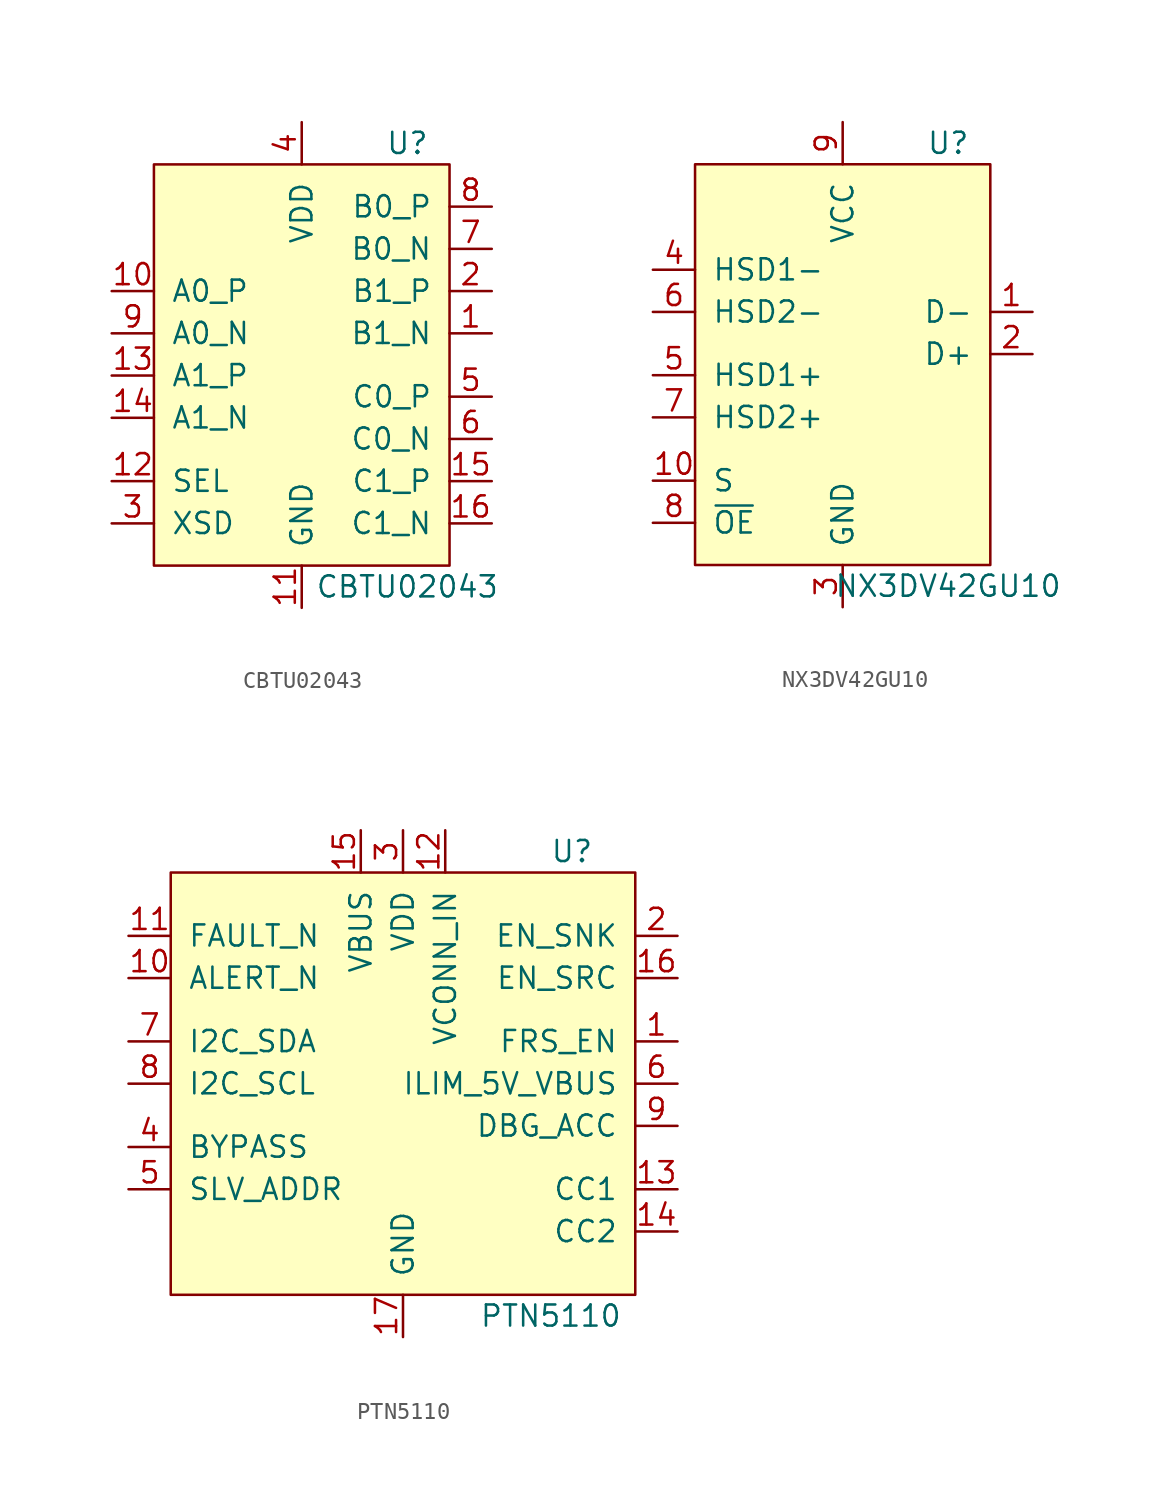
<source format=kicad_sym>
(kicad_symbol_lib
  (version 20201005)
  (generator kicad_symbol_editor)
  (symbol "CBTU02043"
    (pin_names
      (offset 1.016))
    (property "Reference" "U"
      (at 6.35 11.43 0)
      (effects (font (size 1.27 1.27))))
    (property "Value" "CBTU02043"
      (at 6.35 -15.24 0)
      (effects (font (size 1.27 1.27))))
    (symbol "CBTU02043_0_1"
      (rectangle (start -8.89 10.16) (end 8.89 -13.97) (stroke (width 0)) (fill (type background))))
    (symbol "CBTU02043_1_1"
      (pin bidirectional line (at 11.43 0 180) (length 2.54) (name "B1_N" (effects (font (size 1.27 1.27)))) (number "1" (effects (font (size 1.27 1.27)))))
      (pin bidirectional line (at -11.43 2.54 0) (length 2.54) (name "A0_P" (effects (font (size 1.27 1.27)))) (number "10" (effects (font (size 1.27 1.27)))))
      (pin power_in line (at 0 -16.51 90) (length 2.54) (name "GND" (effects (font (size 1.27 1.27)))) (number "11" (effects (font (size 1.27 1.27)))))
      (pin input line (at -11.43 -8.89 0) (length 2.54) (name "SEL" (effects (font (size 1.27 1.27)))) (number "12" (effects (font (size 1.27 1.27)))))
      (pin bidirectional line (at -11.43 -2.54 0) (length 2.54) (name "A1_P" (effects (font (size 1.27 1.27)))) (number "13" (effects (font (size 1.27 1.27)))))
      (pin bidirectional line (at -11.43 -5.08 0) (length 2.54) (name "A1_N" (effects (font (size 1.27 1.27)))) (number "14" (effects (font (size 1.27 1.27)))))
      (pin bidirectional line (at 11.43 -8.89 180) (length 2.54) (name "C1_P" (effects (font (size 1.27 1.27)))) (number "15" (effects (font (size 1.27 1.27)))))
      (pin bidirectional line (at 11.43 -11.43 180) (length 2.54) (name "C1_N" (effects (font (size 1.27 1.27)))) (number "16" (effects (font (size 1.27 1.27)))))
      (pin passive line (at 0 -16.51 90) (length 2.54) hide (name "GND" (effects (font (size 1.27 1.27)))) (number "17" (effects (font (size 1.27 1.27)))))
      (pin bidirectional line (at 11.43 2.54 180) (length 2.54) (name "B1_P" (effects (font (size 1.27 1.27)))) (number "2" (effects (font (size 1.27 1.27)))))
      (pin input line (at -11.43 -11.43 0) (length 2.54) (name "XSD" (effects (font (size 1.27 1.27)))) (number "3" (effects (font (size 1.27 1.27)))))
      (pin power_in line (at 0 12.7 270) (length 2.54) (name "VDD" (effects (font (size 1.27 1.27)))) (number "4" (effects (font (size 1.27 1.27)))))
      (pin bidirectional line (at 11.43 -3.81 180) (length 2.54) (name "C0_P" (effects (font (size 1.27 1.27)))) (number "5" (effects (font (size 1.27 1.27)))))
      (pin bidirectional line (at 11.43 -6.35 180) (length 2.54) (name "C0_N" (effects (font (size 1.27 1.27)))) (number "6" (effects (font (size 1.27 1.27)))))
      (pin bidirectional line (at 11.43 5.08 180) (length 2.54) (name "B0_N" (effects (font (size 1.27 1.27)))) (number "7" (effects (font (size 1.27 1.27)))))
      (pin bidirectional line (at 11.43 7.62 180) (length 2.54) (name "B0_P" (effects (font (size 1.27 1.27)))) (number "8" (effects (font (size 1.27 1.27)))))
      (pin bidirectional line (at -11.43 0 0) (length 2.54) (name "A0_N" (effects (font (size 1.27 1.27)))) (number "9" (effects (font (size 1.27 1.27)))))))
  (symbol "NX3DV42GU10"
    (pin_names
      (offset 1.016))
    (property "Reference" "U"
      (at 6.35 11.43 0)
      (effects (font (size 1.27 1.27))))
    (property "Value" "NX3DV42GU10"
      (at 6.35 -15.24 0)
      (effects (font (size 1.27 1.27))))
    (symbol "NX3DV42GU10_0_1"
      (rectangle (start -8.89 10.16) (end 8.89 -13.97) (stroke (width 0)) (fill (type background))))
    (symbol "NX3DV42GU10_1_1"
      (pin bidirectional line (at 11.43 1.27 180) (length 2.54) (name "D-" (effects (font (size 1.27 1.27)))) (number "1" (effects (font (size 1.27 1.27)))))
      (pin input line (at -11.43 -8.89 0) (length 2.54) (name "S" (effects (font (size 1.27 1.27)))) (number "10" (effects (font (size 1.27 1.27)))))
      (pin bidirectional line (at 11.43 -1.27 180) (length 2.54) (name "D+" (effects (font (size 1.27 1.27)))) (number "2" (effects (font (size 1.27 1.27)))))
      (pin power_in line (at 0 -16.51 90) (length 2.54) (name "GND" (effects (font (size 1.27 1.27)))) (number "3" (effects (font (size 1.27 1.27)))))
      (pin bidirectional line (at -11.43 3.81 0) (length 2.54) (name "HSD1-" (effects (font (size 1.27 1.27)))) (number "4" (effects (font (size 1.27 1.27)))))
      (pin bidirectional line (at -11.43 -2.54 0) (length 2.54) (name "HSD1+" (effects (font (size 1.27 1.27)))) (number "5" (effects (font (size 1.27 1.27)))))
      (pin bidirectional line (at -11.43 1.27 0) (length 2.54) (name "HSD2-" (effects (font (size 1.27 1.27)))) (number "6" (effects (font (size 1.27 1.27)))))
      (pin bidirectional line (at -11.43 -5.08 0) (length 2.54) (name "HSD2+" (effects (font (size 1.27 1.27)))) (number "7" (effects (font (size 1.27 1.27)))))
      (pin input line (at -11.43 -11.43 0) (length 2.54) (name "~OE~" (effects (font (size 1.27 1.27)))) (number "8" (effects (font (size 1.27 1.27)))))
      (pin power_in line (at 0 12.7 270) (length 2.54) (name "VCC" (effects (font (size 1.27 1.27)))) (number "9" (effects (font (size 1.27 1.27)))))))
  (symbol "PTN5110"
    (pin_names
      (offset 1.016))
    (property "Reference" "U"
      (at 10.16 11.43 0)
      (effects (font (size 1.27 1.27))))
    (property "Value" "PTN5110"
      (at 8.89 -16.51 0)
      (effects (font (size 1.27 1.27))))
    (symbol "PTN5110_0_1"
      (rectangle (start -13.97 10.16) (end 13.97 -15.24) (stroke (width 0)) (fill (type background))))
    (symbol "PTN5110_1_1"
      (pin output line (at 16.51 0 180) (length 2.54) (name "FRS_EN" (effects (font (size 1.27 1.27)))) (number "1" (effects (font (size 1.27 1.27)))))
      (pin output line (at -16.51 3.81 0) (length 2.54) (name "ALERT_N" (effects (font (size 1.27 1.27)))) (number "10" (effects (font (size 1.27 1.27)))))
      (pin input line (at -16.51 6.35 0) (length 2.54) (name "FAULT_N" (effects (font (size 1.27 1.27)))) (number "11" (effects (font (size 1.27 1.27)))))
      (pin power_in line (at 2.54 12.7 270) (length 2.54) (name "VCONN_IN" (effects (font (size 1.27 1.27)))) (number "12" (effects (font (size 1.27 1.27)))))
      (pin bidirectional line (at 16.51 -8.89 180) (length 2.54) (name "CC1" (effects (font (size 1.27 1.27)))) (number "13" (effects (font (size 1.27 1.27)))))
      (pin bidirectional line (at 16.51 -11.43 180) (length 2.54) (name "CC2" (effects (font (size 1.27 1.27)))) (number "14" (effects (font (size 1.27 1.27)))))
      (pin power_in line (at -2.54 12.7 270) (length 2.54) (name "VBUS" (effects (font (size 1.27 1.27)))) (number "15" (effects (font (size 1.27 1.27)))))
      (pin output line (at 16.51 3.81 180) (length 2.54) (name "EN_SRC" (effects (font (size 1.27 1.27)))) (number "16" (effects (font (size 1.27 1.27)))))
      (pin power_in line (at 0 -17.78 90) (length 2.54) (name "GND" (effects (font (size 1.27 1.27)))) (number "17" (effects (font (size 1.27 1.27)))))
      (pin output line (at 16.51 6.35 180) (length 2.54) (name "EN_SNK" (effects (font (size 1.27 1.27)))) (number "2" (effects (font (size 1.27 1.27)))))
      (pin power_in line (at 0 12.7 270) (length 2.54) (name "VDD" (effects (font (size 1.27 1.27)))) (number "3" (effects (font (size 1.27 1.27)))))
      (pin input line (at -16.51 -6.35 0) (length 2.54) (name "BYPASS" (effects (font (size 1.27 1.27)))) (number "4" (effects (font (size 1.27 1.27)))))
      (pin input line (at -16.51 -8.89 0) (length 2.54) (name "SLV_ADDR" (effects (font (size 1.27 1.27)))) (number "5" (effects (font (size 1.27 1.27)))))
      (pin output line (at 16.51 -2.54 180) (length 2.54) (name "ILIM_5V_VBUS" (effects (font (size 1.27 1.27)))) (number "6" (effects (font (size 1.27 1.27)))))
      (pin bidirectional line (at -16.51 0 0) (length 2.54) (name "I2C_SDA" (effects (font (size 1.27 1.27)))) (number "7" (effects (font (size 1.27 1.27)))))
      (pin input line (at -16.51 -2.54 0) (length 2.54) (name "I2C_SCL" (effects (font (size 1.27 1.27)))) (number "8" (effects (font (size 1.27 1.27)))))
      (pin output line (at 16.51 -5.08 180) (length 2.54) (name "DBG_ACC" (effects (font (size 1.27 1.27)))) (number "9" (effects (font (size 1.27 1.27))))))))
</source>
